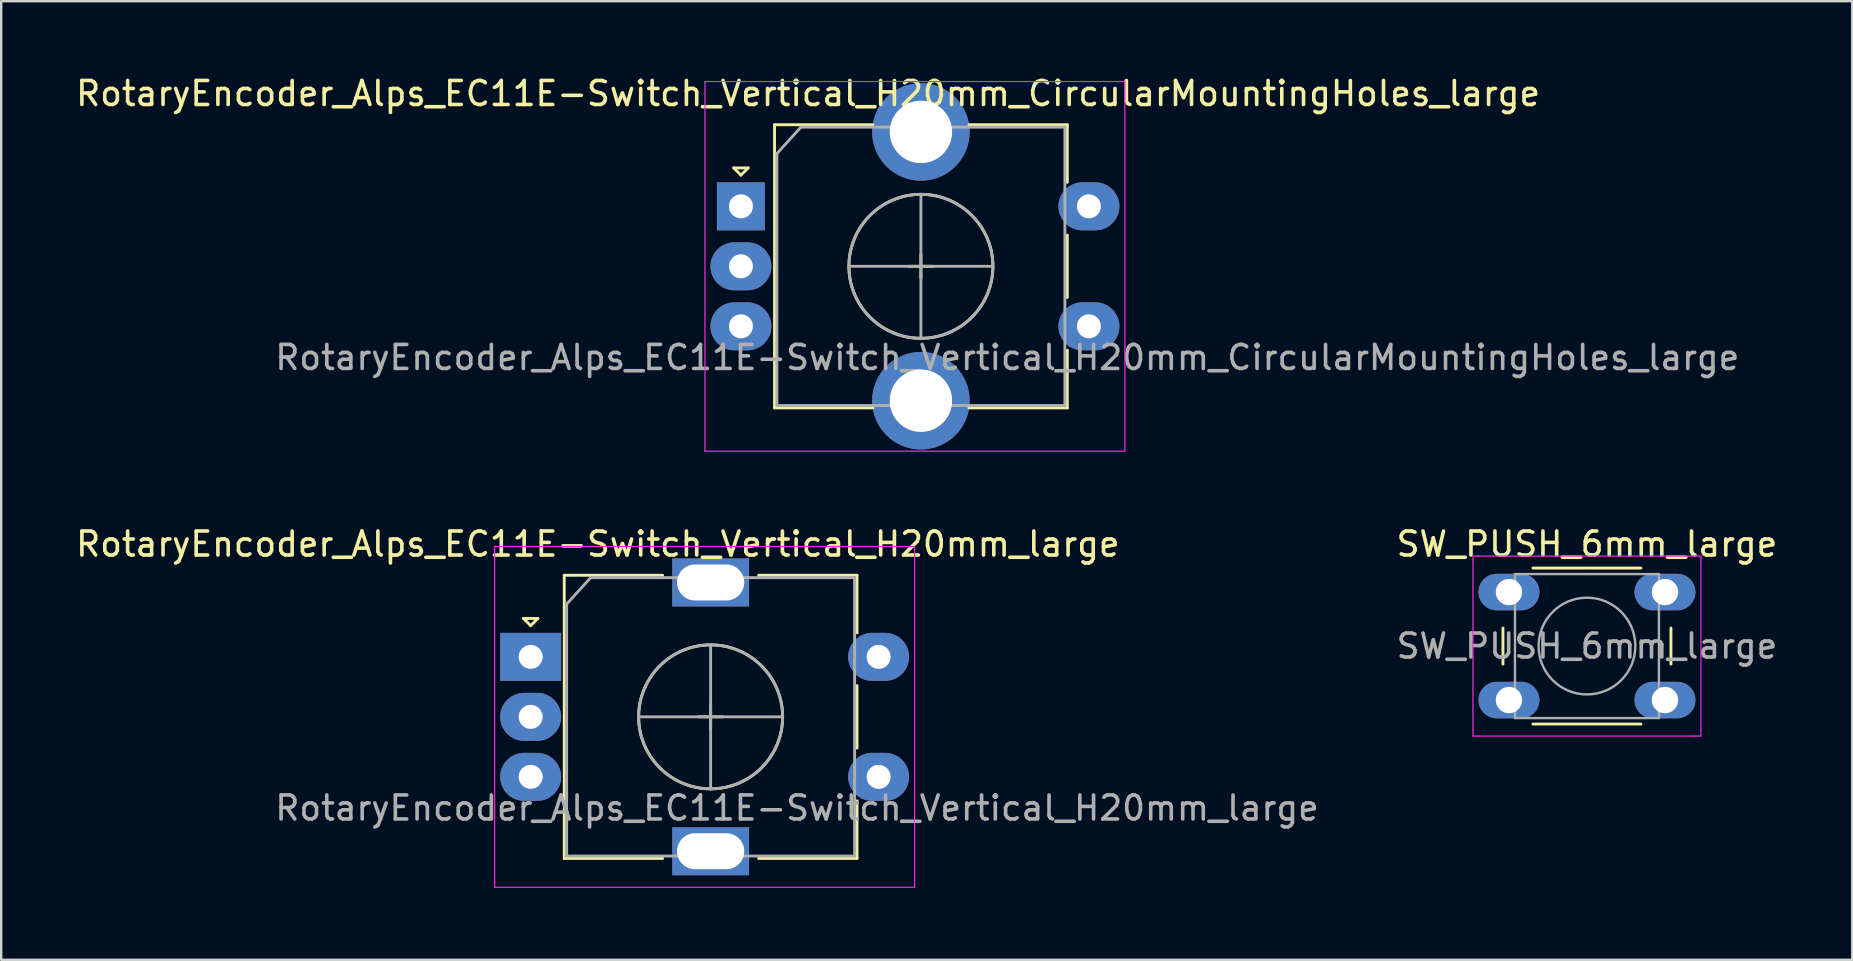
<source format=kicad_pcb>
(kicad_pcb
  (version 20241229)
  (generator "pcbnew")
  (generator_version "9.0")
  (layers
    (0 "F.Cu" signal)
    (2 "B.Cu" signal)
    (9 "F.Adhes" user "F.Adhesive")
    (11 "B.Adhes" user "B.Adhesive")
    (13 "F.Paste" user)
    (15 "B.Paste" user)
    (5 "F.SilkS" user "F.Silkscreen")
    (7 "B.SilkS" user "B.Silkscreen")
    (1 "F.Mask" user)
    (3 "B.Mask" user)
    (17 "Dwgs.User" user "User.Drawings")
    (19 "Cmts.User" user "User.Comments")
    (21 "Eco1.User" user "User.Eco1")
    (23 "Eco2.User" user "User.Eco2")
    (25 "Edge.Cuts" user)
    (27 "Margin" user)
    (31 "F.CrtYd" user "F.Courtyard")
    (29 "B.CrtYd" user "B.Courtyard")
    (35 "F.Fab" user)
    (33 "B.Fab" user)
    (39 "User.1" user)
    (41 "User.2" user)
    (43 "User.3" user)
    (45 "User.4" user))
  (footprint "SW_PUSH_6mm_large"
    (layer "F.Cu")
    (at 59.83 21.622)
    (property "Reference" "SW_PUSH_6mm_large" (at 3.25 -2 0) (layer "F.SilkS") (effects (font (size 1 1) (thickness 0.15))))
    (attr through_hole)
    (fp_line (start -0.25 1.5) (end -0.25 3) (stroke (width 0.12) (type solid)) (layer "F.SilkS"))
    (fp_line (start 1 5.5) (end 5.5 5.5) (stroke (width 0.12) (type solid)) (layer "F.SilkS"))
    (fp_line (start 5.5 -1) (end 1 -1) (stroke (width 0.12) (type solid)) (layer "F.SilkS"))
    (fp_line (start 6.75 3) (end 6.75 1.5) (stroke (width 0.12) (type solid)) (layer "F.SilkS"))
    (fp_line (start -1.5 -1.5) (end -1.25 -1.5) (stroke (width 0.05) (type solid)) (layer "F.CrtYd"))
    (fp_line (start -1.5 -1.25) (end -1.5 -1.5) (stroke (width 0.05) (type solid)) (layer "F.CrtYd"))
    (fp_line (start -1.5 5.75) (end -1.5 -1.25) (stroke (width 0.05) (type solid)) (layer "F.CrtYd"))
    (fp_line (start -1.5 5.75) (end -1.5 6) (stroke (width 0.05) (type solid)) (layer "F.CrtYd"))
    (fp_line (start -1.5 6) (end -1.25 6) (stroke (width 0.05) (type solid)) (layer "F.CrtYd"))
    (fp_line (start -1.25 -1.5) (end 7.75 -1.5) (stroke (width 0.05) (type solid)) (layer "F.CrtYd"))
    (fp_line (start 7.75 -1.5) (end 8 -1.5) (stroke (width 0.05) (type solid)) (layer "F.CrtYd"))
    (fp_line (start 7.75 6) (end -1.25 6) (stroke (width 0.05) (type solid)) (layer "F.CrtYd"))
    (fp_line (start 7.75 6) (end 8 6) (stroke (width 0.05) (type solid)) (layer "F.CrtYd"))
    (fp_line (start 8 -1.5) (end 8 -1.25) (stroke (width 0.05) (type solid)) (layer "F.CrtYd"))
    (fp_line (start 8 -1.25) (end 8 5.75) (stroke (width 0.05) (type solid)) (layer "F.CrtYd"))
    (fp_line (start 8 6) (end 8 5.75) (stroke (width 0.05) (type solid)) (layer "F.CrtYd"))
    (fp_line (start 0.25 -0.75) (end 3.25 -0.75) (stroke (width 0.1) (type solid)) (layer "F.Fab"))
    (fp_line (start 0.25 5.25) (end 0.25 -0.75) (stroke (width 0.1) (type solid)) (layer "F.Fab"))
    (fp_line (start 3.25 -0.75) (end 6.25 -0.75) (stroke (width 0.1) (type solid)) (layer "F.Fab"))
    (fp_line (start 6.25 -0.75) (end 6.25 5.25) (stroke (width 0.1) (type solid)) (layer "F.Fab"))
    (fp_line (start 6.25 5.25) (end 0.25 5.25) (stroke (width 0.1) (type solid)) (layer "F.Fab"))
    (fp_circle (center 3.25 2.25) (end 1.25 2.5) (stroke (width 0.1) (type solid)) (fill no) (layer "F.Fab"))
    (fp_text user "${REFERENCE}" (at 3.25 2.25 0) (layer "F.Fab") (effects (font (size 1 1) (thickness 0.15))))
    (pad "1" thru_hole oval (at 0 0 90) (size 1.524 2.54) (drill 1.1) (layers "*.Cu" "*.Mask"))
    (pad "1" thru_hole oval (at 6.5 0 90) (size 1.524 2.54) (drill 1.1) (layers "*.Cu" "*.Mask"))
    (pad "2" thru_hole oval (at 0 4.5 90) (size 1.524 2.54) (drill 1.1) (layers "*.Cu" "*.Mask"))
    (pad "2" thru_hole oval (at 6.5 4.5 90) (size 1.524 2.54) (drill 1.1) (layers "*.Cu" "*.Mask")))
  (footprint "RotaryEncoder_Alps_EC11E-Switch_Vertical_H20mm_CircularMountingHoles_large"
    (layer "F.Cu")
    (at 27.825 5.548)
    (property "Reference" "RotaryEncoder_Alps_EC11E-Switch_Vertical_H20mm_CircularMountingHoles_large" (at 2.8 -4.7 0) (layer "F.SilkS") (effects (font (size 1 1) (thickness 0.15))))
    (attr through_hole)
    (fp_line (start -0.3 -1.6) (end 0.3 -1.6) (stroke (width 0.12) (type solid)) (layer "F.SilkS"))
    (fp_line (start 0 -1.3) (end -0.3 -1.6) (stroke (width 0.12) (type solid)) (layer "F.SilkS"))
    (fp_line (start 0.3 -1.6) (end 0 -1.3) (stroke (width 0.12) (type solid)) (layer "F.SilkS"))
    (fp_line (start 1.4 -3.4) (end 1.4 8.4) (stroke (width 0.12) (type solid)) (layer "F.SilkS"))
    (fp_line (start 5.5 -3.4) (end 1.4 -3.4) (stroke (width 0.12) (type solid)) (layer "F.SilkS"))
    (fp_line (start 5.5 8.4) (end 1.4 8.4) (stroke (width 0.12) (type solid)) (layer "F.SilkS"))
    (fp_line (start 7 2.5) (end 8 2.5) (stroke (width 0.12) (type solid)) (layer "F.SilkS"))
    (fp_line (start 7.5 2) (end 7.5 3) (stroke (width 0.12) (type solid)) (layer "F.SilkS"))
    (fp_line (start 9.5 -3.4) (end 13.6 -3.4) (stroke (width 0.12) (type solid)) (layer "F.SilkS"))
    (fp_line (start 13.6 -3.4) (end 13.6 -1) (stroke (width 0.12) (type solid)) (layer "F.SilkS"))
    (fp_line (start 13.6 1.2) (end 13.6 3.8) (stroke (width 0.12) (type solid)) (layer "F.SilkS"))
    (fp_line (start 13.6 6) (end 13.6 8.4) (stroke (width 0.12) (type solid)) (layer "F.SilkS"))
    (fp_line (start 13.6 8.4) (end 9.5 8.4) (stroke (width 0.12) (type solid)) (layer "F.SilkS"))
    (fp_circle (center 7.5 2.5) (end 10.5 2.5) (stroke (width 0.12) (type solid)) (fill no) (layer "F.SilkS"))
    (fp_line (start -1.5 -5.2) (end -1.5 10.2) (stroke (width 0.05) (type solid)) (layer "F.CrtYd"))
    (fp_line (start -1.5 -5.2) (end 16 -5.2) (stroke (width 0.05) (type solid)) (layer "F.CrtYd"))
    (fp_line (start 16 10.2) (end -1.5 10.2) (stroke (width 0.05) (type solid)) (layer "F.CrtYd"))
    (fp_line (start 16 10.2) (end 16 -5.2) (stroke (width 0.05) (type solid)) (layer "F.CrtYd"))
    (fp_line (start 1.5 -2.2) (end 2.5 -3.3) (stroke (width 0.12) (type solid)) (layer "F.Fab"))
    (fp_line (start 1.5 8.3) (end 1.5 -2.2) (stroke (width 0.12) (type solid)) (layer "F.Fab"))
    (fp_line (start 2.5 -3.3) (end 13.5 -3.3) (stroke (width 0.12) (type solid)) (layer "F.Fab"))
    (fp_line (start 4.5 2.5) (end 10.5 2.5) (stroke (width 0.12) (type solid)) (layer "F.Fab"))
    (fp_line (start 7.5 -0.5) (end 7.5 5.5) (stroke (width 0.12) (type solid)) (layer "F.Fab"))
    (fp_line (start 13.5 -3.3) (end 13.5 8.3) (stroke (width 0.12) (type solid)) (layer "F.Fab"))
    (fp_line (start 13.5 8.3) (end 1.5 8.3) (stroke (width 0.12) (type solid)) (layer "F.Fab"))
    (fp_circle (center 7.5 2.5) (end 10.5 2.5) (stroke (width 0.12) (type solid)) (fill no) (layer "F.Fab"))
    (fp_text user "${REFERENCE}" (at 11.1 6.3 0) (layer "F.Fab") (effects (font (size 1 1) (thickness 0.15))))
    (pad "A" thru_hole rect (at 0 0) (size 2 2) (drill 1) (layers "*.Cu" "*.Mask"))
    (pad "B" thru_hole oval (at 0 5) (size 2.54 2) (drill 1) (layers "*.Cu" "*.Mask"))
    (pad "C" thru_hole oval (at 0 2.5) (size 2.54 2) (drill 1) (layers "*.Cu" "*.Mask"))
    (pad "MP" thru_hole circle (at 7.5 -3.1) (size 4.064 4.064) (drill 2.6) (layers "*.Cu" "*.Mask"))
    (pad "MP" thru_hole circle (at 7.5 8.1) (size 4.064 4.064) (drill 2.6) (layers "*.Cu" "*.Mask"))
    (pad "S1" thru_hole oval (at 14.5 5) (size 2.54 2) (drill 1) (layers "*.Cu" "*.Mask"))
    (pad "S2" thru_hole oval (at 14.5 0) (size 2.54 2) (drill 1) (layers "*.Cu" "*.Mask")))
  (footprint "RotaryEncoder_Alps_EC11E-Switch_Vertical_H20mm_large"
    (layer "F.Cu")
    (at 19.063 24.322)
    (property "Reference" "RotaryEncoder_Alps_EC11E-Switch_Vertical_H20mm_large" (at 2.8 -4.7 0) (layer "F.SilkS") (effects (font (size 1 1) (thickness 0.15))))
    (attr through_hole)
    (fp_line (start -0.3 -1.6) (end 0.3 -1.6) (stroke (width 0.12) (type solid)) (layer "F.SilkS"))
    (fp_line (start 0 -1.3) (end -0.3 -1.6) (stroke (width 0.12) (type solid)) (layer "F.SilkS"))
    (fp_line (start 0.3 -1.6) (end 0 -1.3) (stroke (width 0.12) (type solid)) (layer "F.SilkS"))
    (fp_line (start 1.4 -3.4) (end 1.4 8.4) (stroke (width 0.12) (type solid)) (layer "F.SilkS"))
    (fp_line (start 5.5 -3.4) (end 1.4 -3.4) (stroke (width 0.12) (type solid)) (layer "F.SilkS"))
    (fp_line (start 5.5 8.4) (end 1.4 8.4) (stroke (width 0.12) (type solid)) (layer "F.SilkS"))
    (fp_line (start 7 2.5) (end 8 2.5) (stroke (width 0.12) (type solid)) (layer "F.SilkS"))
    (fp_line (start 7.5 2) (end 7.5 3) (stroke (width 0.12) (type solid)) (layer "F.SilkS"))
    (fp_line (start 9.5 -3.4) (end 13.6 -3.4) (stroke (width 0.12) (type solid)) (layer "F.SilkS"))
    (fp_line (start 13.6 -3.4) (end 13.6 -1) (stroke (width 0.12) (type solid)) (layer "F.SilkS"))
    (fp_line (start 13.6 1.2) (end 13.6 3.8) (stroke (width 0.12) (type solid)) (layer "F.SilkS"))
    (fp_line (start 13.6 6) (end 13.6 8.4) (stroke (width 0.12) (type solid)) (layer "F.SilkS"))
    (fp_line (start 13.6 8.4) (end 9.5 8.4) (stroke (width 0.12) (type solid)) (layer "F.SilkS"))
    (fp_circle (center 7.5 2.5) (end 10.5 2.5) (stroke (width 0.12) (type solid)) (fill no) (layer "F.SilkS"))
    (fp_line (start -1.5 -4.6) (end -1.5 9.6) (stroke (width 0.05) (type solid)) (layer "F.CrtYd"))
    (fp_line (start -1.5 -4.6) (end 16 -4.6) (stroke (width 0.05) (type solid)) (layer "F.CrtYd"))
    (fp_line (start 16 9.6) (end -1.5 9.6) (stroke (width 0.05) (type solid)) (layer "F.CrtYd"))
    (fp_line (start 16 9.6) (end 16 -4.6) (stroke (width 0.05) (type solid)) (layer "F.CrtYd"))
    (fp_line (start 1.5 -2.2) (end 2.5 -3.3) (stroke (width 0.12) (type solid)) (layer "F.Fab"))
    (fp_line (start 1.5 8.3) (end 1.5 -2.2) (stroke (width 0.12) (type solid)) (layer "F.Fab"))
    (fp_line (start 2.5 -3.3) (end 13.5 -3.3) (stroke (width 0.12) (type solid)) (layer "F.Fab"))
    (fp_line (start 4.5 2.5) (end 10.5 2.5) (stroke (width 0.12) (type solid)) (layer "F.Fab"))
    (fp_line (start 7.5 -0.5) (end 7.5 5.5) (stroke (width 0.12) (type solid)) (layer "F.Fab"))
    (fp_line (start 13.5 -3.3) (end 13.5 8.3) (stroke (width 0.12) (type solid)) (layer "F.Fab"))
    (fp_line (start 13.5 8.3) (end 1.5 8.3) (stroke (width 0.12) (type solid)) (layer "F.Fab"))
    (fp_circle (center 7.5 2.5) (end 10.5 2.5) (stroke (width 0.12) (type solid)) (fill no) (layer "F.Fab"))
    (fp_text user "${REFERENCE}" (at 11.1 6.3 0) (layer "F.Fab") (effects (font (size 1 1) (thickness 0.15))))
    (pad "A" thru_hole rect (at 0 0) (size 2.54 2) (drill 1) (layers "*.Cu" "*.Mask"))
    (pad "B" thru_hole oval (at 0 5) (size 2.54 2) (drill 1) (layers "*.Cu" "*.Mask"))
    (pad "C" thru_hole oval (at 0 2.5) (size 2.54 2) (drill 1) (layers "*.Cu" "*.Mask"))
    (pad "MP" thru_hole rect (at 7.5 -3.1) (size 3.2 2) (drill oval 2.8 1.5) (layers "*.Cu" "*.Mask"))
    (pad "MP" thru_hole rect (at 7.5 8.1) (size 3.2 2) (drill oval 2.8 1.5) (layers "*.Cu" "*.Mask"))
    (pad "S1" thru_hole oval (at 14.5 5) (size 2.54 2) (drill 1) (layers "*.Cu" "*.Mask"))
    (pad "S2" thru_hole oval (at 14.5 0) (size 2.54 2) (drill 1) (layers "*.Cu" "*.Mask")))
  (gr_rect
    (start -3 -3)
    (end 74.133 36.947)
    (stroke (width 0.1) (type default))
    (fill no)
    (layer "Edge.Cuts")))
</source>
